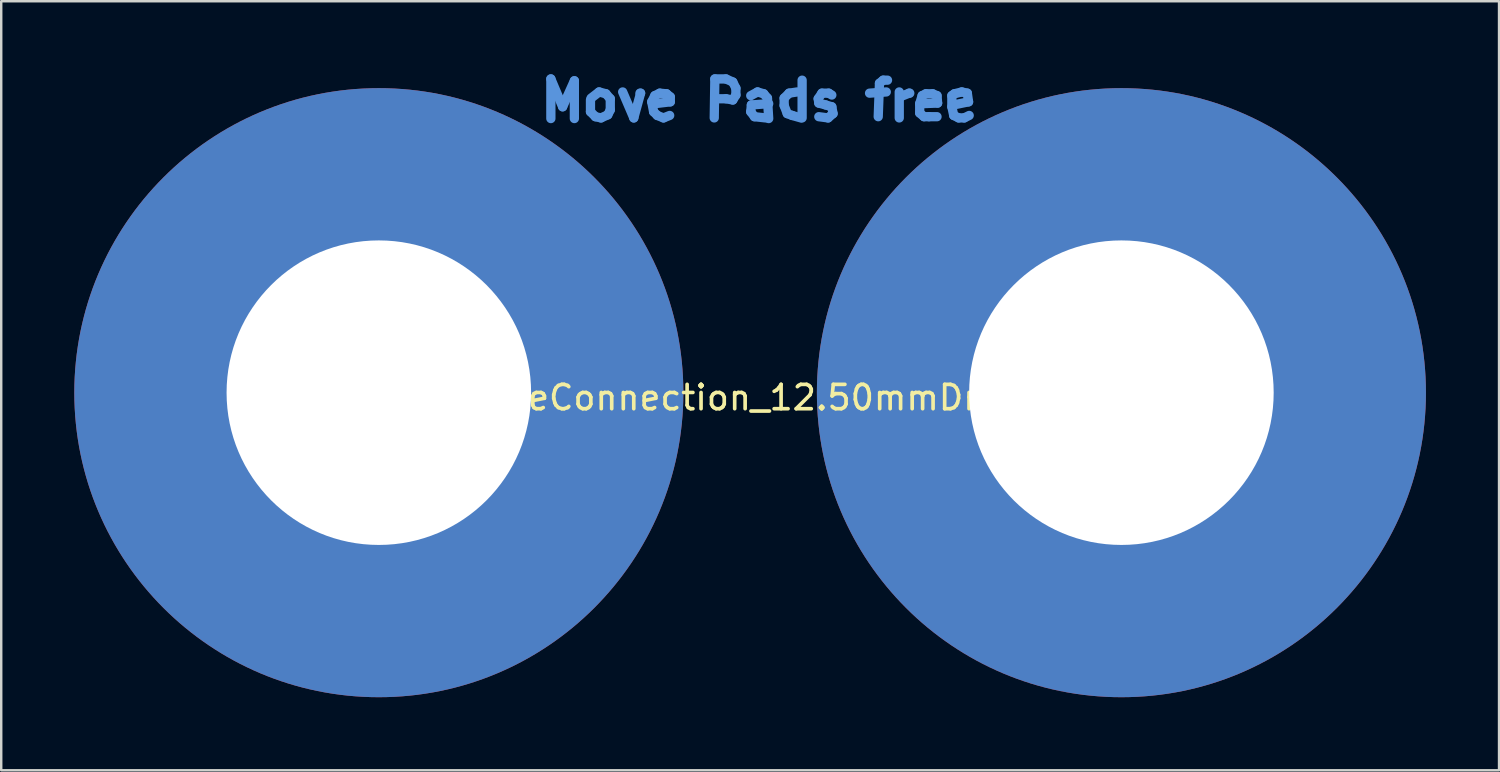
<source format=kicad_pcb>
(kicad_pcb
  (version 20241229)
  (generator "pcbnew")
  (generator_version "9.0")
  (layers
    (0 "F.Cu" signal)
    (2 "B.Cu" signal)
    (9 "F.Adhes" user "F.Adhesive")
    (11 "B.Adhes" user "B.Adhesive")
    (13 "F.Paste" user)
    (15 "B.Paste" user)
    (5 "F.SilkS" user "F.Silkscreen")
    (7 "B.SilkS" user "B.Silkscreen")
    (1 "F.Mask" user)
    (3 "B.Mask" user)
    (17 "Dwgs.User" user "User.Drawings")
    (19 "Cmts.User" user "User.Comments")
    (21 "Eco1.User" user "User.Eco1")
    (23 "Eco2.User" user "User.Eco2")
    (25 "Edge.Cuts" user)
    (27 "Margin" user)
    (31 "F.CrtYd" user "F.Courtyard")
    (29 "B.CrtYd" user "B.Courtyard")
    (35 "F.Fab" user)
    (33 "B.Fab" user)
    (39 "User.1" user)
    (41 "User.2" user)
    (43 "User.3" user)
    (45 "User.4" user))
  (footprint "WireConnection_12.50mmDrill"
    (layer "F.Cu")
    (at 12.5 13.068)
    (property "Reference" "WireConnection_12.50mmDrill" (at 15.011 0.203 0) (layer "F.SilkS") (effects (font (size 1 1) (thickness 0.15))))
    (attr through_hole)
    (fp_line (start 7.061 -12.878) (end 7.544 -11.735) (stroke (width 0.381) (type solid)) (layer "Cmts.User"))
    (fp_line (start 7.061 -11.252) (end 7.061 -12.878) (stroke (width 0.381) (type solid)) (layer "Cmts.User"))
    (fp_line (start 7.544 -11.735) (end 8.026 -12.802) (stroke (width 0.381) (type solid)) (layer "Cmts.User"))
    (fp_line (start 8.026 -12.802) (end 8.026 -11.252) (stroke (width 0.381) (type solid)) (layer "Cmts.User"))
    (fp_line (start 8.687 -12.014) (end 8.687 -11.532) (stroke (width 0.381) (type solid)) (layer "Cmts.User"))
    (fp_line (start 8.687 -11.532) (end 8.89 -11.328) (stroke (width 0.381) (type solid)) (layer "Cmts.User"))
    (fp_line (start 8.89 -11.328) (end 9.119 -11.278) (stroke (width 0.381) (type solid)) (layer "Cmts.User"))
    (fp_line (start 9.042 -12.344) (end 8.712 -12.09) (stroke (width 0.381) (type solid)) (layer "Cmts.User"))
    (fp_line (start 9.119 -11.278) (end 9.398 -11.405) (stroke (width 0.381) (type solid)) (layer "Cmts.User"))
    (fp_line (start 9.322 -12.268) (end 9.042 -12.344) (stroke (width 0.381) (type solid)) (layer "Cmts.User"))
    (fp_line (start 9.398 -11.405) (end 9.5 -11.608) (stroke (width 0.381) (type solid)) (layer "Cmts.User"))
    (fp_line (start 9.5 -12.065) (end 9.322 -12.268) (stroke (width 0.381) (type solid)) (layer "Cmts.User"))
    (fp_line (start 9.5 -11.608) (end 9.5 -12.065) (stroke (width 0.381) (type solid)) (layer "Cmts.User"))
    (fp_line (start 10.008 -12.344) (end 10.465 -11.278) (stroke (width 0.381) (type solid)) (layer "Cmts.User"))
    (fp_line (start 10.465 -11.278) (end 10.744 -12.294) (stroke (width 0.381) (type solid)) (layer "Cmts.User"))
    (fp_line (start 10.744 -12.294) (end 10.719 -12.294) (stroke (width 0.381) (type solid)) (layer "Cmts.User"))
    (fp_line (start 11.201 -11.938) (end 11.328 -12.192) (stroke (width 0.381) (type solid)) (layer "Cmts.User"))
    (fp_line (start 11.278 -11.532) (end 11.201 -11.938) (stroke (width 0.381) (type solid)) (layer "Cmts.User"))
    (fp_line (start 11.328 -12.192) (end 11.532 -12.294) (stroke (width 0.381) (type solid)) (layer "Cmts.User"))
    (fp_line (start 11.43 -11.379) (end 11.278 -11.532) (stroke (width 0.381) (type solid)) (layer "Cmts.User"))
    (fp_line (start 11.532 -12.294) (end 11.811 -12.268) (stroke (width 0.381) (type solid)) (layer "Cmts.User"))
    (fp_line (start 11.684 -11.278) (end 11.43 -11.379) (stroke (width 0.381) (type solid)) (layer "Cmts.User"))
    (fp_line (start 11.811 -12.268) (end 11.963 -12.141) (stroke (width 0.381) (type solid)) (layer "Cmts.User"))
    (fp_line (start 11.938 -11.379) (end 11.684 -11.278) (stroke (width 0.381) (type solid)) (layer "Cmts.User"))
    (fp_line (start 11.963 -12.141) (end 11.963 -11.938) (stroke (width 0.381) (type solid)) (layer "Cmts.User"))
    (fp_line (start 11.963 -11.938) (end 11.328 -11.862) (stroke (width 0.381) (type solid)) (layer "Cmts.User"))
    (fp_line (start 13.767 -11.278) (end 13.792 -12.878) (stroke (width 0.381) (type solid)) (layer "Cmts.User"))
    (fp_line (start 13.792 -12.878) (end 14.249 -12.878) (stroke (width 0.381) (type solid)) (layer "Cmts.User"))
    (fp_line (start 14.249 -12.878) (end 14.529 -12.751) (stroke (width 0.381) (type solid)) (layer "Cmts.User"))
    (fp_line (start 14.249 -12.065) (end 13.792 -12.065) (stroke (width 0.381) (type solid)) (layer "Cmts.User"))
    (fp_line (start 14.529 -12.751) (end 14.656 -12.497) (stroke (width 0.381) (type solid)) (layer "Cmts.User"))
    (fp_line (start 14.529 -12.014) (end 14.249 -12.065) (stroke (width 0.381) (type solid)) (layer "Cmts.User"))
    (fp_line (start 14.656 -12.497) (end 14.656 -12.217) (stroke (width 0.381) (type solid)) (layer "Cmts.User"))
    (fp_line (start 14.656 -12.217) (end 14.529 -12.014) (stroke (width 0.381) (type solid)) (layer "Cmts.User"))
    (fp_line (start 15.265 -12.192) (end 15.545 -12.344) (stroke (width 0.381) (type solid)) (layer "Cmts.User"))
    (fp_line (start 15.265 -11.532) (end 15.291 -11.811) (stroke (width 0.381) (type solid)) (layer "Cmts.User"))
    (fp_line (start 15.291 -11.811) (end 16.002 -11.862) (stroke (width 0.381) (type solid)) (layer "Cmts.User"))
    (fp_line (start 15.418 -11.328) (end 15.265 -11.532) (stroke (width 0.381) (type solid)) (layer "Cmts.User"))
    (fp_line (start 15.545 -12.344) (end 15.799 -12.268) (stroke (width 0.381) (type solid)) (layer "Cmts.User"))
    (fp_line (start 15.799 -12.268) (end 15.951 -12.09) (stroke (width 0.381) (type solid)) (layer "Cmts.User"))
    (fp_line (start 15.875 -11.278) (end 15.418 -11.328) (stroke (width 0.381) (type solid)) (layer "Cmts.User"))
    (fp_line (start 15.951 -12.09) (end 16.002 -11.252) (stroke (width 0.381) (type solid)) (layer "Cmts.User"))
    (fp_line (start 16.637 -12.09) (end 16.84 -12.294) (stroke (width 0.381) (type solid)) (layer "Cmts.User"))
    (fp_line (start 16.637 -11.786) (end 16.637 -12.09) (stroke (width 0.381) (type solid)) (layer "Cmts.User"))
    (fp_line (start 16.764 -11.455) (end 16.637 -11.786) (stroke (width 0.381) (type solid)) (layer "Cmts.User"))
    (fp_line (start 16.84 -12.294) (end 17.17 -12.344) (stroke (width 0.381) (type solid)) (layer "Cmts.User"))
    (fp_line (start 16.967 -11.379) (end 16.764 -11.455) (stroke (width 0.381) (type solid)) (layer "Cmts.User"))
    (fp_line (start 17.323 -11.278) (end 16.967 -11.379) (stroke (width 0.381) (type solid)) (layer "Cmts.User"))
    (fp_line (start 17.374 -12.827) (end 17.374 -11.278) (stroke (width 0.381) (type solid)) (layer "Cmts.User"))
    (fp_line (start 18.034 -12.065) (end 18.059 -11.887) (stroke (width 0.381) (type solid)) (layer "Cmts.User"))
    (fp_line (start 18.059 -11.887) (end 18.339 -11.811) (stroke (width 0.381) (type solid)) (layer "Cmts.User"))
    (fp_line (start 18.186 -12.294) (end 18.034 -12.065) (stroke (width 0.381) (type solid)) (layer "Cmts.User"))
    (fp_line (start 18.339 -11.811) (end 18.593 -11.735) (stroke (width 0.381) (type solid)) (layer "Cmts.User"))
    (fp_line (start 18.44 -11.278) (end 18.059 -11.328) (stroke (width 0.381) (type solid)) (layer "Cmts.User"))
    (fp_line (start 18.466 -12.294) (end 18.186 -12.294) (stroke (width 0.381) (type solid)) (layer "Cmts.User"))
    (fp_line (start 18.593 -12.217) (end 18.466 -12.294) (stroke (width 0.381) (type solid)) (layer "Cmts.User"))
    (fp_line (start 18.593 -11.735) (end 18.644 -11.455) (stroke (width 0.381) (type solid)) (layer "Cmts.User"))
    (fp_line (start 18.644 -11.455) (end 18.44 -11.278) (stroke (width 0.381) (type solid)) (layer "Cmts.User"))
    (fp_line (start 20.142 -12.294) (end 20.828 -12.344) (stroke (width 0.381) (type solid)) (layer "Cmts.User"))
    (fp_line (start 20.549 -12.7) (end 20.498 -11.328) (stroke (width 0.381) (type solid)) (layer "Cmts.User"))
    (fp_line (start 20.701 -12.827) (end 20.549 -12.7) (stroke (width 0.381) (type solid)) (layer "Cmts.User"))
    (fp_line (start 20.879 -12.827) (end 20.701 -12.827) (stroke (width 0.381) (type solid)) (layer "Cmts.User"))
    (fp_line (start 21.361 -12.344) (end 21.361 -11.278) (stroke (width 0.381) (type solid)) (layer "Cmts.User"))
    (fp_line (start 21.387 -12.141) (end 21.768 -12.294) (stroke (width 0.381) (type solid)) (layer "Cmts.User"))
    (fp_line (start 21.768 -12.294) (end 21.793 -12.294) (stroke (width 0.381) (type solid)) (layer "Cmts.User"))
    (fp_line (start 22.2 -11.862) (end 22.301 -12.192) (stroke (width 0.381) (type solid)) (layer "Cmts.User"))
    (fp_line (start 22.2 -11.481) (end 22.2 -11.862) (stroke (width 0.381) (type solid)) (layer "Cmts.User"))
    (fp_line (start 22.301 -12.192) (end 22.454 -12.268) (stroke (width 0.381) (type solid)) (layer "Cmts.User"))
    (fp_line (start 22.377 -11.328) (end 22.2 -11.481) (stroke (width 0.381) (type solid)) (layer "Cmts.User"))
    (fp_line (start 22.454 -12.268) (end 22.733 -12.268) (stroke (width 0.381) (type solid)) (layer "Cmts.User"))
    (fp_line (start 22.581 -11.328) (end 22.377 -11.328) (stroke (width 0.381) (type solid)) (layer "Cmts.User"))
    (fp_line (start 22.733 -12.268) (end 22.911 -12.192) (stroke (width 0.381) (type solid)) (layer "Cmts.User"))
    (fp_line (start 22.911 -12.192) (end 22.936 -11.887) (stroke (width 0.381) (type solid)) (layer "Cmts.User"))
    (fp_line (start 22.911 -11.328) (end 22.581 -11.328) (stroke (width 0.381) (type solid)) (layer "Cmts.User"))
    (fp_line (start 22.936 -11.887) (end 22.301 -11.862) (stroke (width 0.381) (type solid)) (layer "Cmts.User"))
    (fp_line (start 23.52 -12.192) (end 23.622 -12.268) (stroke (width 0.381) (type solid)) (layer "Cmts.User"))
    (fp_line (start 23.52 -11.735) (end 23.52 -12.192) (stroke (width 0.381) (type solid)) (layer "Cmts.User"))
    (fp_line (start 23.597 -11.811) (end 23.597 -11.862) (stroke (width 0.381) (type solid)) (layer "Cmts.User"))
    (fp_line (start 23.597 -11.379) (end 23.52 -11.735) (stroke (width 0.381) (type solid)) (layer "Cmts.User"))
    (fp_line (start 23.622 -12.268) (end 23.927 -12.344) (stroke (width 0.381) (type solid)) (layer "Cmts.User"))
    (fp_line (start 23.8 -11.278) (end 23.597 -11.379) (stroke (width 0.381) (type solid)) (layer "Cmts.User"))
    (fp_line (start 23.927 -12.344) (end 24.155 -12.294) (stroke (width 0.381) (type solid)) (layer "Cmts.User"))
    (fp_line (start 24.028 -11.278) (end 23.8 -11.278) (stroke (width 0.381) (type solid)) (layer "Cmts.User"))
    (fp_line (start 24.155 -12.294) (end 24.206 -11.938) (stroke (width 0.381) (type solid)) (layer "Cmts.User"))
    (fp_line (start 24.206 -11.938) (end 23.597 -11.811) (stroke (width 0.381) (type solid)) (layer "Cmts.User"))
    (fp_line (start 24.232 -11.379) (end 24.028 -11.278) (stroke (width 0.381) (type solid)) (layer "Cmts.User"))
    (pad "1" thru_hole circle (at 0 0) (size 25 25) (drill 12.5) (layers "*.Cu" "*.Mask"))
    (pad "2" thru_hole circle (at 30.48 0) (size 25 25) (drill 12.5) (layers "*.Cu" "*.Mask")))
  (gr_rect
    (start -3 -3)
    (end 58.48 28.568)
    (stroke (width 0.1) (type default))
    (fill no)
    (layer "Edge.Cuts")))
</source>
